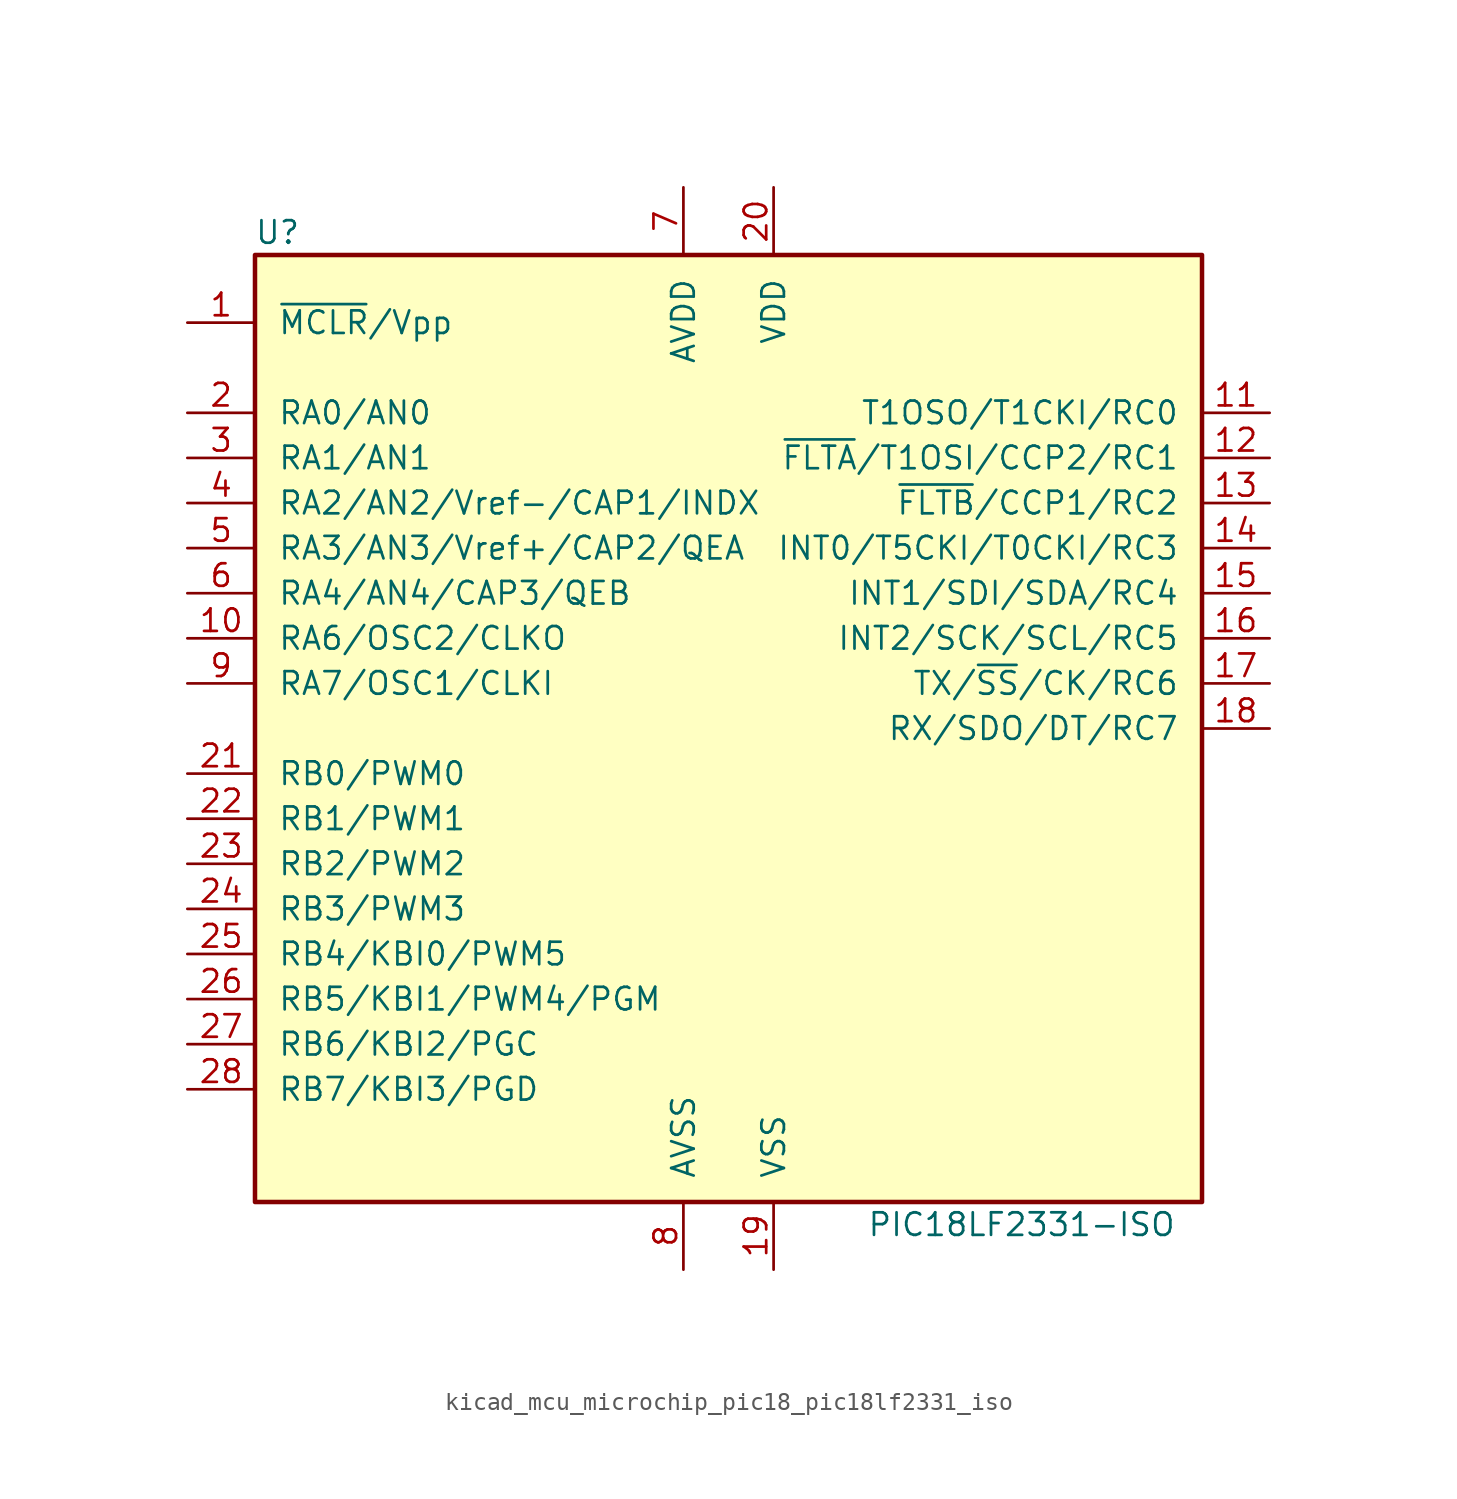
<source format=kicad_sym>
(kicad_symbol_lib
  (version 20220914)
  (generator kicad_symbol_editor)
  (symbol "kicad_mcu_microchip_pic18_pic18lf2331_iso"
    (pin_names
      (offset 1.27))
    (property "Reference" "U"
      (at -25.4 27.94 0)
      (effects (font (size 1.27 1.27))))
    (property "Value" "PIC18LF2331-ISO"
      (at 16.51 -27.94 0)
      (effects (font (size 1.27 1.27))))
    (symbol "kicad_mcu_microchip_pic18_pic18lf2331_iso_0_1"
      (rectangle (start -26.67 26.67) (end 26.67 -26.67) (stroke (width 0.254) (type default)) (fill (type background))))
    (symbol "kicad_mcu_microchip_pic18_pic18lf2331_iso_1_1"
      (pin input line (at -30.48 22.86 0) (length 3.81) (name "~{MCLR}/Vpp" (effects (font (size 1.27 1.27)))) (number "1" (effects (font (size 1.27 1.27)))))
      (pin bidirectional line (at -30.48 5.08 0) (length 3.81) (name "RA6/OSC2/CLKO" (effects (font (size 1.27 1.27)))) (number "10" (effects (font (size 1.27 1.27)))))
      (pin bidirectional line (at 30.48 17.78 180) (length 3.81) (name "T1OSO/T1CKI/RC0" (effects (font (size 1.27 1.27)))) (number "11" (effects (font (size 1.27 1.27)))))
      (pin bidirectional line (at 30.48 15.24 180) (length 3.81) (name "~{FLTA}/T1OSI/CCP2/RC1" (effects (font (size 1.27 1.27)))) (number "12" (effects (font (size 1.27 1.27)))))
      (pin bidirectional line (at 30.48 12.7 180) (length 3.81) (name "~{FLTB}/CCP1/RC2" (effects (font (size 1.27 1.27)))) (number "13" (effects (font (size 1.27 1.27)))))
      (pin bidirectional line (at 30.48 10.16 180) (length 3.81) (name "INT0/T5CKI/T0CKI/RC3" (effects (font (size 1.27 1.27)))) (number "14" (effects (font (size 1.27 1.27)))))
      (pin bidirectional line (at 30.48 7.62 180) (length 3.81) (name "INT1/SDI/SDA/RC4" (effects (font (size 1.27 1.27)))) (number "15" (effects (font (size 1.27 1.27)))))
      (pin bidirectional line (at 30.48 5.08 180) (length 3.81) (name "INT2/SCK/SCL/RC5" (effects (font (size 1.27 1.27)))) (number "16" (effects (font (size 1.27 1.27)))))
      (pin bidirectional line (at 30.48 2.54 180) (length 3.81) (name "TX/~{SS}/CK/RC6" (effects (font (size 1.27 1.27)))) (number "17" (effects (font (size 1.27 1.27)))))
      (pin bidirectional line (at 30.48 0 180) (length 3.81) (name "RX/SDO/DT/RC7" (effects (font (size 1.27 1.27)))) (number "18" (effects (font (size 1.27 1.27)))))
      (pin power_in line (at 2.54 -30.48 90) (length 3.81) (name "VSS" (effects (font (size 1.27 1.27)))) (number "19" (effects (font (size 1.27 1.27)))))
      (pin bidirectional line (at -30.48 17.78 0) (length 3.81) (name "RA0/AN0" (effects (font (size 1.27 1.27)))) (number "2" (effects (font (size 1.27 1.27)))))
      (pin power_in line (at 2.54 30.48 270) (length 3.81) (name "VDD" (effects (font (size 1.27 1.27)))) (number "20" (effects (font (size 1.27 1.27)))))
      (pin bidirectional line (at -30.48 -2.54 0) (length 3.81) (name "RB0/PWM0" (effects (font (size 1.27 1.27)))) (number "21" (effects (font (size 1.27 1.27)))))
      (pin bidirectional line (at -30.48 -5.08 0) (length 3.81) (name "RB1/PWM1" (effects (font (size 1.27 1.27)))) (number "22" (effects (font (size 1.27 1.27)))))
      (pin bidirectional line (at -30.48 -7.62 0) (length 3.81) (name "RB2/PWM2" (effects (font (size 1.27 1.27)))) (number "23" (effects (font (size 1.27 1.27)))))
      (pin bidirectional line (at -30.48 -10.16 0) (length 3.81) (name "RB3/PWM3" (effects (font (size 1.27 1.27)))) (number "24" (effects (font (size 1.27 1.27)))))
      (pin bidirectional line (at -30.48 -12.7 0) (length 3.81) (name "RB4/KBI0/PWM5" (effects (font (size 1.27 1.27)))) (number "25" (effects (font (size 1.27 1.27)))))
      (pin bidirectional line (at -30.48 -15.24 0) (length 3.81) (name "RB5/KBI1/PWM4/PGM" (effects (font (size 1.27 1.27)))) (number "26" (effects (font (size 1.27 1.27)))))
      (pin bidirectional line (at -30.48 -17.78 0) (length 3.81) (name "RB6/KBI2/PGC" (effects (font (size 1.27 1.27)))) (number "27" (effects (font (size 1.27 1.27)))))
      (pin bidirectional line (at -30.48 -20.32 0) (length 3.81) (name "RB7/KBI3/PGD" (effects (font (size 1.27 1.27)))) (number "28" (effects (font (size 1.27 1.27)))))
      (pin bidirectional line (at -30.48 15.24 0) (length 3.81) (name "RA1/AN1" (effects (font (size 1.27 1.27)))) (number "3" (effects (font (size 1.27 1.27)))))
      (pin bidirectional line (at -30.48 12.7 0) (length 3.81) (name "RA2/AN2/Vref-/CAP1/INDX" (effects (font (size 1.27 1.27)))) (number "4" (effects (font (size 1.27 1.27)))))
      (pin bidirectional line (at -30.48 10.16 0) (length 3.81) (name "RA3/AN3/Vref+/CAP2/QEA" (effects (font (size 1.27 1.27)))) (number "5" (effects (font (size 1.27 1.27)))))
      (pin bidirectional line (at -30.48 7.62 0) (length 3.81) (name "RA4/AN4/CAP3/QEB" (effects (font (size 1.27 1.27)))) (number "6" (effects (font (size 1.27 1.27)))))
      (pin power_in line (at -2.54 30.48 270) (length 3.81) (name "AVDD" (effects (font (size 1.27 1.27)))) (number "7" (effects (font (size 1.27 1.27)))))
      (pin power_in line (at -2.54 -30.48 90) (length 3.81) (name "AVSS" (effects (font (size 1.27 1.27)))) (number "8" (effects (font (size 1.27 1.27)))))
      (pin bidirectional line (at -30.48 2.54 0) (length 3.81) (name "RA7/OSC1/CLKI" (effects (font (size 1.27 1.27)))) (number "9" (effects (font (size 1.27 1.27))))))))
</source>
